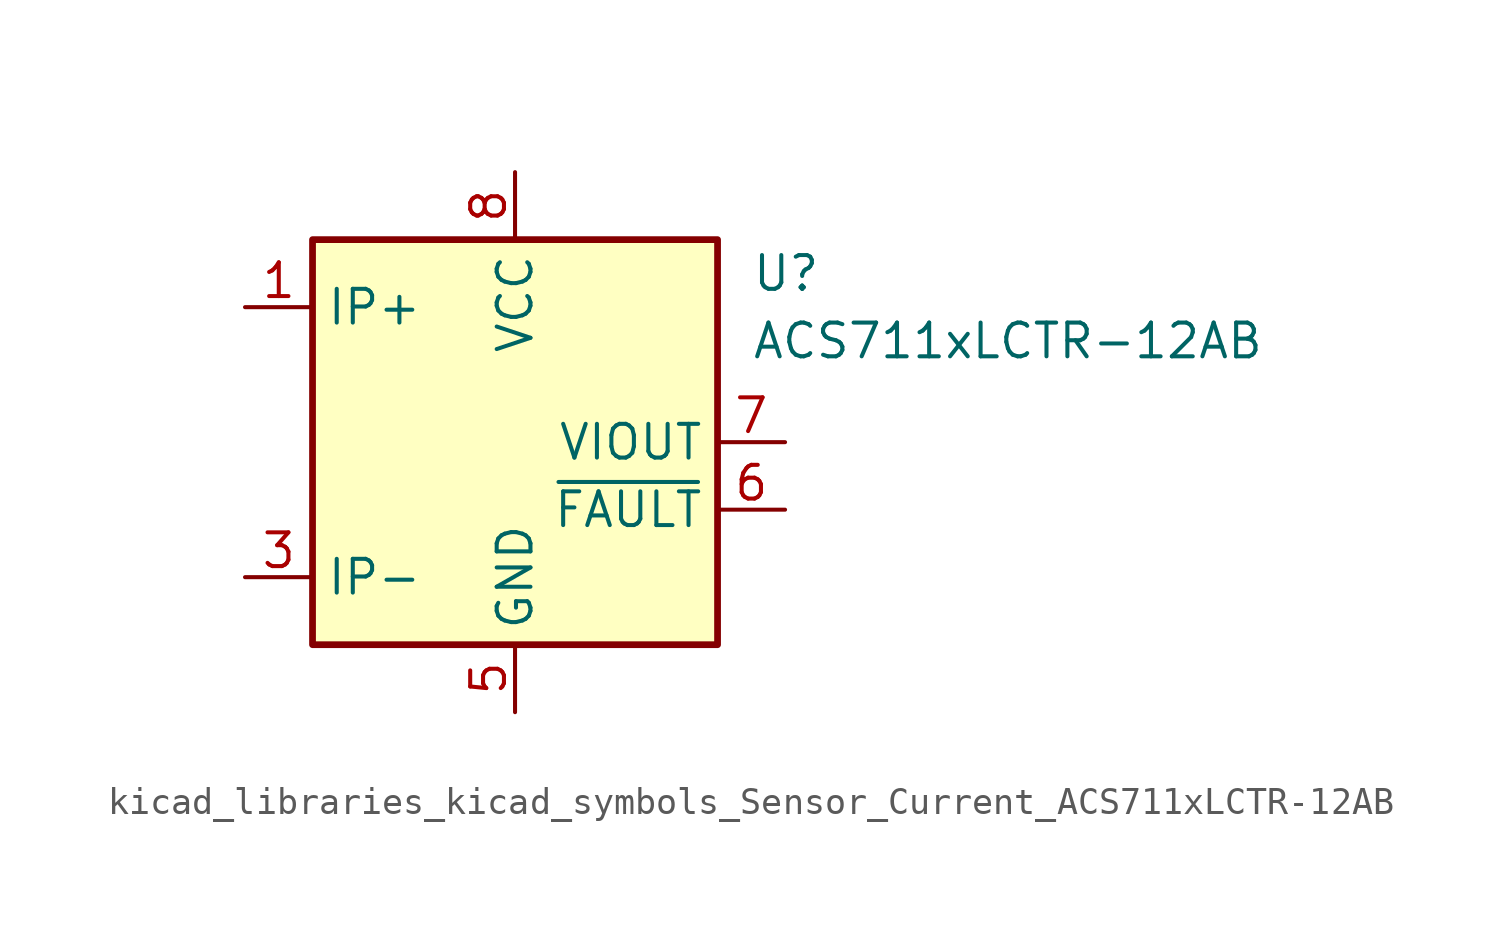
<source format=kicad_sym>
(kicad_symbol_lib
  (version 20220914)
  (generator kicad_symbol_editor)
  (symbol "kicad_libraries_kicad_symbols_Sensor_Current_ACS711xLCTR-12AB"
    (property "Reference" "U"
      (at 8.89 6.35 0)
      (effects (font (size 1.27 1.27)) (justify left)))
    (property "Value" "ACS711xLCTR-12AB"
      (at 8.89 3.81 0)
      (effects (font (size 1.27 1.27)) (justify left)))
    (symbol "kicad_libraries_kicad_symbols_Sensor_Current_ACS711xLCTR-12AB_0_1"
      (rectangle (start -7.62 7.62) (end 7.62 -7.62) (stroke (width 0.254) (type default)) (fill (type background))))
    (symbol "kicad_libraries_kicad_symbols_Sensor_Current_ACS711xLCTR-12AB_1_1"
      (pin passive line (at -10.16 5.08 0) (length 2.54) (name "IP+" (effects (font (size 1.27 1.27)))) (number "1" (effects (font (size 1.27 1.27)))))
      (pin passive line (at -10.16 5.08 0) (length 2.54) hide (name "IP+" (effects (font (size 1.27 1.27)))) (number "2" (effects (font (size 1.27 1.27)))))
      (pin passive line (at -10.16 -5.08 0) (length 2.54) (name "IP-" (effects (font (size 1.27 1.27)))) (number "3" (effects (font (size 1.27 1.27)))))
      (pin passive line (at -10.16 -5.08 0) (length 2.54) hide (name "IP-" (effects (font (size 1.27 1.27)))) (number "4" (effects (font (size 1.27 1.27)))))
      (pin power_in line (at 0 -10.16 90) (length 2.54) (name "GND" (effects (font (size 1.27 1.27)))) (number "5" (effects (font (size 1.27 1.27)))))
      (pin output line (at 10.16 -2.54 180) (length 2.54) (name "~{FAULT}" (effects (font (size 1.27 1.27)))) (number "6" (effects (font (size 1.27 1.27)))))
      (pin output line (at 10.16 0 180) (length 2.54) (name "VIOUT" (effects (font (size 1.27 1.27)))) (number "7" (effects (font (size 1.27 1.27)))))
      (pin power_in line (at 0 10.16 270) (length 2.54) (name "VCC" (effects (font (size 1.27 1.27)))) (number "8" (effects (font (size 1.27 1.27))))))))
</source>
